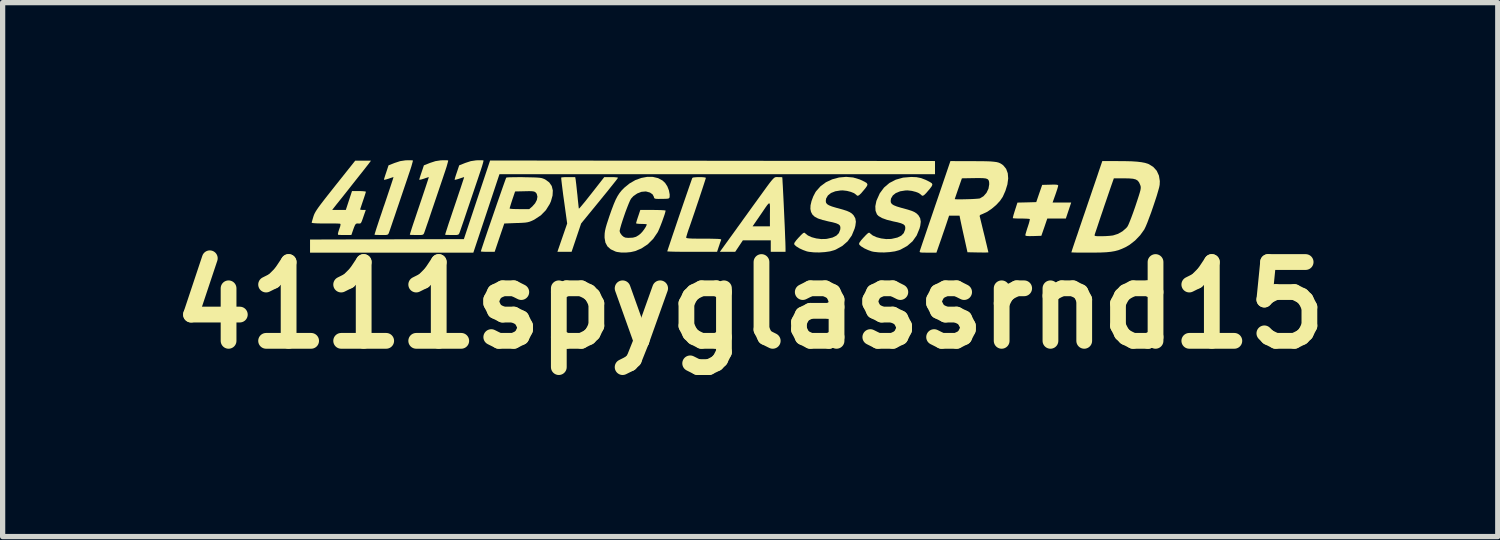
<source format=kicad_pcb>
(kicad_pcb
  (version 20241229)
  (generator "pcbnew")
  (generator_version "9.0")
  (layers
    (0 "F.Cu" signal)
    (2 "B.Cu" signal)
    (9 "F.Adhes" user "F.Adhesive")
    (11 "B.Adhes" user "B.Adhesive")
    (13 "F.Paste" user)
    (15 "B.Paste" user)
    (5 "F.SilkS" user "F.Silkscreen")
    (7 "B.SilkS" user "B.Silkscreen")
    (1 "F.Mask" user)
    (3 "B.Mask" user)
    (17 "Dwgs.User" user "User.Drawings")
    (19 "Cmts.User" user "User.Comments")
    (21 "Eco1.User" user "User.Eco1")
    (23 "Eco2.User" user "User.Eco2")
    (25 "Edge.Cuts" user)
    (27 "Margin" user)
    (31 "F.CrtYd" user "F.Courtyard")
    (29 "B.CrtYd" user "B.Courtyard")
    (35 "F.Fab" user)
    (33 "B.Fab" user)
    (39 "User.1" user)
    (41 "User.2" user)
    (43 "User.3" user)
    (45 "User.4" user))
  (footprint "4111spyglassrnd15"
    (layer "F.Cu")
    (at 11.229 2.759)
    (property "Reference" "4111spyglassrnd15" (at 0 0 0) (layer "F.SilkS") (effects (font (size 1.5 1.5) (thickness 0.3))))
    (attr board_only exclude_from_pos_files exclude_from_bom)
    (fp_poly (pts (xy -0.717 -2.749) (xy 3.517 -2.744) (xy 3.517 -2.619) (xy 3.517 -2.493) (xy -0.628 -2.493) (xy -4.773 -2.493) (xy -5.021 -1.747) (xy -5.27 -1) (xy -6.824 -1) (xy -8.378 -1) (xy -8.378 -1.125) (xy -8.378 -1.25) (xy -6.914 -1.254) (xy -5.45 -1.258) (xy -5.201 -2.006) (xy -4.951 -2.754)) (stroke (width 0) (type solid)) (fill yes) (layer "F.SilkS"))
    (fp_poly (pts (xy -3.322 -2.388) (xy -3.318 -2.354) (xy -3.311 -2.297) (xy -3.303 -2.222) (xy -3.294 -2.137) (xy -3.289 -2.095) (xy -3.281 -2.01) (xy -3.273 -1.937) (xy -3.267 -1.88) (xy -3.263 -1.846) (xy -3.261 -1.838) (xy -3.251 -1.846) (xy -3.224 -1.876) (xy -3.184 -1.924) (xy -3.132 -1.987) (xy -3.072 -2.063) (xy -3.018 -2.131) (xy -2.778 -2.438) (xy -2.647 -2.438) (xy -2.588 -2.437) (xy -2.542 -2.433) (xy -2.519 -2.428) (xy -2.517 -2.426) (xy -2.526 -2.411) (xy -2.553 -2.375) (xy -2.596 -2.321) (xy -2.652 -2.251) (xy -2.718 -2.168) (xy -2.794 -2.075) (xy -2.867 -1.985) (xy -3.218 -1.556) (xy -3.309 -1.286) (xy -3.4 -1.016) (xy -3.535 -1.016) (xy -3.67 -1.016) (xy -3.577 -1.286) (xy -3.484 -1.555) (xy -3.544 -1.989) (xy -3.56 -2.102) (xy -3.573 -2.205) (xy -3.584 -2.293) (xy -3.592 -2.362) (xy -3.597 -2.41) (xy -3.597 -2.43) (xy -3.597 -2.431) (xy -3.579 -2.434) (xy -3.538 -2.437) (xy -3.481 -2.438) (xy -3.46 -2.438) (xy -3.331 -2.438)) (stroke (width 0) (type solid)) (fill yes) (layer "F.SilkS"))
    (fp_poly (pts (xy 5.826 -2.294) (xy 5.851 -2.289) (xy 5.861 -2.281) (xy 5.862 -2.275) (xy 5.856 -2.251) (xy 5.843 -2.206) (xy 5.823 -2.146) (xy 5.808 -2.103) (xy 5.755 -1.954) (xy 5.932 -1.954) (xy 6.109 -1.954) (xy 6.058 -1.801) (xy 6.007 -1.649) (xy 5.831 -1.649) (xy 5.654 -1.649) (xy 5.598 -1.485) (xy 5.541 -1.321) (xy 5.389 -1.316) (xy 5.316 -1.315) (xy 5.269 -1.317) (xy 5.244 -1.322) (xy 5.236 -1.332) (xy 5.236 -1.333) (xy 5.241 -1.356) (xy 5.254 -1.401) (xy 5.272 -1.46) (xy 5.283 -1.492) (xy 5.303 -1.554) (xy 5.316 -1.603) (xy 5.322 -1.634) (xy 5.321 -1.64) (xy 5.302 -1.644) (xy 5.26 -1.647) (xy 5.2 -1.649) (xy 5.157 -1.649) (xy 5.091 -1.65) (xy 5.038 -1.652) (xy 5.005 -1.655) (xy 4.998 -1.658) (xy 5.001 -1.675) (xy 5.011 -1.716) (xy 5.028 -1.772) (xy 5.04 -1.81) (xy 5.086 -1.953) (xy 5.265 -1.957) (xy 5.444 -1.962) (xy 5.5 -2.126) (xy 5.557 -2.29) (xy 5.709 -2.294) (xy 5.781 -2.296)) (stroke (width 0) (type solid)) (fill yes) (layer "F.SilkS"))
    (fp_poly (pts (xy -6.443 -2.758) (xy -6.421 -2.756) (xy -6.421 -2.756) (xy -6.422 -2.74) (xy -6.433 -2.7) (xy -6.45 -2.639) (xy -6.474 -2.565) (xy -6.497 -2.497) (xy -6.526 -2.41) (xy -6.563 -2.301) (xy -6.605 -2.177) (xy -6.649 -2.047) (xy -6.693 -1.917) (xy -6.723 -1.829) (xy -6.76 -1.719) (xy -6.795 -1.617) (xy -6.825 -1.528) (xy -6.85 -1.455) (xy -6.868 -1.403) (xy -6.878 -1.376) (xy -6.878 -1.375) (xy -6.888 -1.355) (xy -6.902 -1.343) (xy -6.929 -1.337) (xy -6.974 -1.336) (xy -7.02 -1.336) (xy -7.079 -1.337) (xy -7.125 -1.338) (xy -7.149 -1.341) (xy -7.151 -1.341) (xy -7.147 -1.357) (xy -7.134 -1.399) (xy -7.114 -1.463) (xy -7.086 -1.548) (xy -7.053 -1.648) (xy -7.014 -1.762) (xy -6.973 -1.886) (xy -6.97 -1.892) (xy -6.928 -2.016) (xy -6.89 -2.13) (xy -6.856 -2.231) (xy -6.828 -2.316) (xy -6.807 -2.38) (xy -6.794 -2.422) (xy -6.789 -2.438) (xy -6.79 -2.438) (xy -6.806 -2.434) (xy -6.843 -2.422) (xy -6.883 -2.408) (xy -6.929 -2.394) (xy -6.961 -2.387) (xy -6.971 -2.389) (xy -6.967 -2.408) (xy -6.954 -2.45) (xy -6.936 -2.505) (xy -6.927 -2.531) (xy -6.884 -2.662) (xy -6.767 -2.708) (xy -6.663 -2.742) (xy -6.564 -2.757) (xy -6.541 -2.758) (xy -6.486 -2.759)) (stroke (width 0) (type solid)) (fill yes) (layer "F.SilkS"))
    (fp_poly (pts (xy -5.77 -2.758) (xy -5.749 -2.756) (xy -5.749 -2.756) (xy -5.75 -2.74) (xy -5.761 -2.7) (xy -5.778 -2.639) (xy -5.802 -2.565) (xy -5.825 -2.497) (xy -5.854 -2.41) (xy -5.891 -2.301) (xy -5.933 -2.177) (xy -5.977 -2.047) (xy -6.021 -1.917) (xy -6.051 -1.829) (xy -6.088 -1.719) (xy -6.122 -1.617) (xy -6.153 -1.528) (xy -6.178 -1.455) (xy -6.196 -1.403) (xy -6.206 -1.376) (xy -6.206 -1.375) (xy -6.216 -1.355) (xy -6.23 -1.343) (xy -6.257 -1.337) (xy -6.302 -1.336) (xy -6.348 -1.336) (xy -6.407 -1.337) (xy -6.453 -1.338) (xy -6.477 -1.341) (xy -6.479 -1.341) (xy -6.475 -1.357) (xy -6.462 -1.399) (xy -6.442 -1.463) (xy -6.414 -1.548) (xy -6.38 -1.648) (xy -6.342 -1.762) (xy -6.3 -1.886) (xy -6.298 -1.892) (xy -6.256 -2.016) (xy -6.218 -2.13) (xy -6.184 -2.231) (xy -6.156 -2.316) (xy -6.135 -2.38) (xy -6.122 -2.422) (xy -6.117 -2.438) (xy -6.117 -2.438) (xy -6.134 -2.434) (xy -6.171 -2.422) (xy -6.211 -2.408) (xy -6.257 -2.394) (xy -6.289 -2.387) (xy -6.299 -2.389) (xy -6.295 -2.408) (xy -6.282 -2.45) (xy -6.264 -2.505) (xy -6.255 -2.531) (xy -6.211 -2.662) (xy -6.095 -2.708) (xy -5.991 -2.742) (xy -5.892 -2.757) (xy -5.869 -2.758) (xy -5.813 -2.759)) (stroke (width 0) (type solid)) (fill yes) (layer "F.SilkS"))
    (fp_poly (pts (xy -5.098 -2.758) (xy -5.077 -2.756) (xy -5.077 -2.756) (xy -5.078 -2.74) (xy -5.088 -2.7) (xy -5.106 -2.639) (xy -5.13 -2.565) (xy -5.153 -2.497) (xy -5.182 -2.41) (xy -5.219 -2.301) (xy -5.261 -2.177) (xy -5.305 -2.047) (xy -5.349 -1.917) (xy -5.379 -1.829) (xy -5.416 -1.719) (xy -5.45 -1.617) (xy -5.481 -1.528) (xy -5.506 -1.455) (xy -5.524 -1.403) (xy -5.534 -1.376) (xy -5.534 -1.375) (xy -5.544 -1.355) (xy -5.558 -1.343) (xy -5.584 -1.337) (xy -5.63 -1.336) (xy -5.676 -1.336) (xy -5.735 -1.337) (xy -5.781 -1.338) (xy -5.805 -1.341) (xy -5.807 -1.341) (xy -5.803 -1.357) (xy -5.79 -1.399) (xy -5.769 -1.463) (xy -5.742 -1.548) (xy -5.708 -1.648) (xy -5.67 -1.762) (xy -5.628 -1.886) (xy -5.626 -1.892) (xy -5.584 -2.016) (xy -5.546 -2.13) (xy -5.512 -2.231) (xy -5.484 -2.316) (xy -5.463 -2.38) (xy -5.449 -2.422) (xy -5.445 -2.438) (xy -5.445 -2.438) (xy -5.461 -2.434) (xy -5.499 -2.422) (xy -5.539 -2.408) (xy -5.585 -2.394) (xy -5.617 -2.387) (xy -5.627 -2.389) (xy -5.622 -2.408) (xy -5.61 -2.45) (xy -5.592 -2.505) (xy -5.583 -2.531) (xy -5.539 -2.662) (xy -5.423 -2.708) (xy -5.319 -2.742) (xy -5.219 -2.757) (xy -5.197 -2.758) (xy -5.141 -2.759)) (stroke (width 0) (type solid)) (fill yes) (layer "F.SilkS"))
    (fp_poly (pts (xy 0.52 -2.439) (xy 0.533 -2.438) (xy 0.577 -2.438) (xy 0.605 -2.436) (xy 0.61 -2.434) (xy 0.613 -2.401) (xy 0.616 -2.34) (xy 0.621 -2.256) (xy 0.626 -2.155) (xy 0.632 -2.039) (xy 0.638 -1.913) (xy 0.644 -1.782) (xy 0.65 -1.65) (xy 0.656 -1.522) (xy 0.661 -1.401) (xy 0.665 -1.291) (xy 0.669 -1.198) (xy 0.671 -1.125) (xy 0.672 -1.077) (xy 0.672 -1.07) (xy 0.672 -1.016) (xy 0.531 -1.016) (xy 0.391 -1.016) (xy 0.391 -1.125) (xy 0.391 -1.235) (xy 0.125 -1.235) (xy -0.14 -1.235) (xy -0.213 -1.125) (xy -0.286 -1.016) (xy -0.432 -1.016) (xy -0.578 -1.016) (xy -0.372 -1.301) (xy -0.304 -1.395) (xy -0.228 -1.501) (xy 0.045 -1.501) (xy 0.21 -1.501) (xy 0.375 -1.501) (xy 0.375 -1.737) (xy 0.376 -1.82) (xy 0.376 -1.882) (xy 0.373 -1.922) (xy 0.365 -1.94) (xy 0.349 -1.934) (xy 0.324 -1.906) (xy 0.286 -1.853) (xy 0.234 -1.776) (xy 0.182 -1.7) (xy 0.045 -1.501) (xy -0.228 -1.501) (xy -0.223 -1.507) (xy -0.135 -1.63) (xy -0.044 -1.756) (xy 0.043 -1.877) (xy 0.099 -1.954) (xy 0.188 -2.077) (xy 0.261 -2.178) (xy 0.319 -2.258) (xy 0.365 -2.32) (xy 0.401 -2.366) (xy 0.429 -2.398) (xy 0.451 -2.42) (xy 0.468 -2.432) (xy 0.485 -2.438) (xy 0.501 -2.439)) (stroke (width 0) (type solid)) (fill yes) (layer "F.SilkS"))
    (fp_poly (pts (xy -0.938 -2.438) (xy -0.889 -2.435) (xy -0.855 -2.43) (xy -0.844 -2.423) (xy -0.849 -2.406) (xy -0.863 -2.362) (xy -0.884 -2.297) (xy -0.911 -2.214) (xy -0.943 -2.118) (xy -0.978 -2.012) (xy -1.016 -1.9) (xy -1.054 -1.786) (xy -1.092 -1.675) (xy -1.128 -1.569) (xy -1.161 -1.474) (xy -1.171 -1.447) (xy -1.192 -1.384) (xy -1.208 -1.331) (xy -1.218 -1.296) (xy -1.219 -1.287) (xy -1.214 -1.28) (xy -1.195 -1.275) (xy -1.159 -1.271) (xy -1.103 -1.268) (xy -1.024 -1.267) (xy -0.917 -1.266) (xy -0.882 -1.266) (xy -0.767 -1.266) (xy -0.68 -1.264) (xy -0.618 -1.262) (xy -0.578 -1.259) (xy -0.557 -1.254) (xy -0.552 -1.247) (xy -0.552 -1.247) (xy -0.561 -1.223) (xy -0.577 -1.179) (xy -0.595 -1.123) (xy -0.596 -1.122) (xy -0.631 -1.016) (xy -1.105 -1.016) (xy -1.223 -1.016) (xy -1.33 -1.017) (xy -1.423 -1.018) (xy -1.498 -1.02) (xy -1.55 -1.022) (xy -1.576 -1.024) (xy -1.579 -1.025) (xy -1.574 -1.041) (xy -1.56 -1.084) (xy -1.538 -1.149) (xy -1.51 -1.233) (xy -1.477 -1.332) (xy -1.439 -1.443) (xy -1.399 -1.562) (xy -1.357 -1.686) (xy -1.314 -1.811) (xy -1.272 -1.934) (xy -1.232 -2.05) (xy -1.195 -2.157) (xy -1.163 -2.25) (xy -1.136 -2.327) (xy -1.116 -2.384) (xy -1.104 -2.417) (xy -1.102 -2.423) (xy -1.083 -2.431) (xy -1.044 -2.435) (xy -0.992 -2.438)) (stroke (width 0) (type solid)) (fill yes) (layer "F.SilkS"))
    (fp_poly (pts (xy -7.262 -2.692) (xy -7.286 -2.661) (xy -7.329 -2.606) (xy -7.389 -2.53) (xy -7.466 -2.433) (xy -7.558 -2.317) (xy -7.664 -2.182) (xy -7.784 -2.031) (xy -7.874 -1.919) (xy -7.957 -1.813) (xy -7.827 -1.813) (xy -7.697 -1.813) (xy -7.638 -1.993) (xy -7.579 -2.173) (xy -7.447 -2.173) (xy -7.387 -2.171) (xy -7.342 -2.167) (xy -7.317 -2.162) (xy -7.315 -2.159) (xy -7.32 -2.14) (xy -7.333 -2.098) (xy -7.352 -2.04) (xy -7.37 -1.987) (xy -7.392 -1.922) (xy -7.41 -1.868) (xy -7.422 -1.832) (xy -7.425 -1.821) (xy -7.411 -1.816) (xy -7.377 -1.813) (xy -7.371 -1.813) (xy -7.317 -1.813) (xy -7.354 -1.708) (xy -7.378 -1.638) (xy -7.395 -1.593) (xy -7.408 -1.568) (xy -7.422 -1.556) (xy -7.438 -1.554) (xy -7.457 -1.555) (xy -7.485 -1.556) (xy -7.505 -1.548) (xy -7.521 -1.527) (xy -7.539 -1.486) (xy -7.559 -1.431) (xy -7.591 -1.337) (xy -7.71 -1.336) (xy -7.769 -1.336) (xy -7.816 -1.338) (xy -7.842 -1.34) (xy -7.844 -1.341) (xy -7.848 -1.357) (xy -7.839 -1.397) (xy -7.823 -1.445) (xy -7.803 -1.503) (xy -7.797 -1.537) (xy -7.804 -1.551) (xy -7.804 -1.551) (xy -7.826 -1.553) (xy -7.873 -1.555) (xy -7.94 -1.556) (xy -8.021 -1.556) (xy -8.085 -1.556) (xy -8.18 -1.556) (xy -8.257 -1.558) (xy -8.312 -1.562) (xy -8.342 -1.567) (xy -8.347 -1.57) (xy -8.342 -1.591) (xy -8.33 -1.633) (xy -8.314 -1.687) (xy -8.313 -1.69) (xy -8.303 -1.719) (xy -8.29 -1.748) (xy -8.272 -1.781) (xy -8.247 -1.82) (xy -8.214 -1.868) (xy -8.17 -1.927) (xy -8.114 -2) (xy -8.043 -2.091) (xy -7.955 -2.202) (xy -7.899 -2.273) (xy -7.518 -2.751) (xy -7.368 -2.751) (xy -7.218 -2.751)) (stroke (width 0) (type solid)) (fill yes) (layer "F.SilkS"))
    (fp_poly (pts (xy -4.332 -2.437) (xy -4.303 -2.436) (xy -4.194 -2.434) (xy -4.11 -2.432) (xy -4.048 -2.429) (xy -4.003 -2.425) (xy -3.968 -2.419) (xy -3.941 -2.41) (xy -3.914 -2.399) (xy -3.899 -2.391) (xy -3.826 -2.338) (xy -3.778 -2.269) (xy -3.757 -2.185) (xy -3.762 -2.088) (xy -3.793 -1.978) (xy -3.816 -1.926) (xy -3.889 -1.809) (xy -3.986 -1.71) (xy -4.106 -1.631) (xy -4.121 -1.623) (xy -4.164 -1.603) (xy -4.2 -1.589) (xy -4.238 -1.579) (xy -4.284 -1.572) (xy -4.345 -1.568) (xy -4.428 -1.564) (xy -4.454 -1.564) (xy -4.681 -1.555) (xy -4.773 -1.286) (xy -4.864 -1.016) (xy -4.996 -1.016) (xy -5.055 -1.017) (xy -5.101 -1.019) (xy -5.125 -1.022) (xy -5.127 -1.024) (xy -5.122 -1.042) (xy -5.108 -1.086) (xy -5.086 -1.152) (xy -5.058 -1.237) (xy -5.024 -1.337) (xy -4.986 -1.449) (xy -4.945 -1.568) (xy -4.902 -1.693) (xy -4.859 -1.818) (xy -4.851 -1.841) (xy -4.58 -1.841) (xy -4.565 -1.836) (xy -4.525 -1.832) (xy -4.466 -1.83) (xy -4.394 -1.829) (xy -4.393 -1.829) (xy -4.206 -1.829) (xy -4.148 -1.879) (xy -4.094 -1.94) (xy -4.061 -2.003) (xy -4.05 -2.065) (xy -4.063 -2.119) (xy -4.08 -2.142) (xy -4.097 -2.156) (xy -4.117 -2.164) (xy -4.148 -2.169) (xy -4.197 -2.171) (xy -4.268 -2.17) (xy -4.294 -2.169) (xy -4.475 -2.165) (xy -4.528 -2.009) (xy -4.549 -1.944) (xy -4.566 -1.889) (xy -4.577 -1.853) (xy -4.58 -1.841) (xy -4.851 -1.841) (xy -4.817 -1.94) (xy -4.776 -2.057) (xy -4.739 -2.163) (xy -4.706 -2.257) (xy -4.679 -2.333) (xy -4.659 -2.389) (xy -4.647 -2.421) (xy -4.644 -2.428) (xy -4.625 -2.432) (xy -4.579 -2.435) (xy -4.512 -2.436) (xy -4.428 -2.437)) (stroke (width 0) (type solid)) (fill yes) (layer "F.SilkS"))
    (fp_poly (pts (xy 3.163 -2.437) (xy 3.25 -2.42) (xy 3.336 -2.387) (xy 3.368 -2.372) (xy 3.425 -2.342) (xy 3.458 -2.319) (xy 3.467 -2.294) (xy 3.453 -2.262) (xy 3.418 -2.215) (xy 3.395 -2.188) (xy 3.346 -2.131) (xy 3.312 -2.098) (xy 3.287 -2.083) (xy 3.268 -2.086) (xy 3.252 -2.102) (xy 3.212 -2.132) (xy 3.15 -2.157) (xy 3.076 -2.176) (xy 2.998 -2.185) (xy 2.954 -2.184) (xy 2.854 -2.168) (xy 2.773 -2.136) (xy 2.714 -2.089) (xy 2.68 -2.031) (xy 2.673 -1.984) (xy 2.678 -1.952) (xy 2.697 -1.925) (xy 2.733 -1.902) (xy 2.79 -1.879) (xy 2.873 -1.854) (xy 2.901 -1.847) (xy 3.001 -1.819) (xy 3.075 -1.795) (xy 3.129 -1.771) (xy 3.168 -1.745) (xy 3.198 -1.715) (xy 3.203 -1.71) (xy 3.235 -1.654) (xy 3.246 -1.589) (xy 3.236 -1.51) (xy 3.222 -1.458) (xy 3.168 -1.327) (xy 3.09 -1.217) (xy 2.988 -1.128) (xy 2.863 -1.059) (xy 2.833 -1.047) (xy 2.754 -1.025) (xy 2.656 -1.011) (xy 2.549 -1.004) (xy 2.445 -1.006) (xy 2.353 -1.016) (xy 2.314 -1.024) (xy 2.242 -1.05) (xy 2.172 -1.082) (xy 2.114 -1.118) (xy 2.08 -1.148) (xy 2.071 -1.166) (xy 2.078 -1.19) (xy 2.104 -1.226) (xy 2.107 -1.231) (xy 2.15 -1.28) (xy 2.197 -1.33) (xy 2.208 -1.341) (xy 2.241 -1.371) (xy 2.261 -1.381) (xy 2.276 -1.374) (xy 2.282 -1.367) (xy 2.332 -1.327) (xy 2.405 -1.294) (xy 2.492 -1.271) (xy 2.586 -1.259) (xy 2.678 -1.261) (xy 2.702 -1.265) (xy 2.802 -1.288) (xy 2.875 -1.324) (xy 2.922 -1.372) (xy 2.947 -1.436) (xy 2.95 -1.451) (xy 2.951 -1.488) (xy 2.941 -1.517) (xy 2.915 -1.54) (xy 2.869 -1.56) (xy 2.8 -1.579) (xy 2.727 -1.594) (xy 2.602 -1.625) (xy 2.508 -1.659) (xy 2.443 -1.697) (xy 2.412 -1.729) (xy 2.385 -1.798) (xy 2.381 -1.884) (xy 2.401 -1.983) (xy 2.407 -1.999) (xy 2.466 -2.13) (xy 2.547 -2.239) (xy 2.649 -2.326) (xy 2.77 -2.389) (xy 2.909 -2.428) (xy 3.063 -2.441)) (stroke (width 0) (type solid)) (fill yes) (layer "F.SilkS"))
    (fp_poly (pts (xy 1.959 -2.431) (xy 2.086 -2.393) (xy 2.105 -2.384) (xy 2.173 -2.352) (xy 2.215 -2.327) (xy 2.231 -2.302) (xy 2.224 -2.272) (xy 2.195 -2.23) (xy 2.16 -2.188) (xy 2.112 -2.131) (xy 2.077 -2.098) (xy 2.052 -2.083) (xy 2.033 -2.086) (xy 2.017 -2.102) (xy 1.977 -2.132) (xy 1.915 -2.157) (xy 1.841 -2.176) (xy 1.764 -2.185) (xy 1.719 -2.184) (xy 1.619 -2.168) (xy 1.538 -2.136) (xy 1.479 -2.089) (xy 1.445 -2.031) (xy 1.438 -1.984) (xy 1.443 -1.952) (xy 1.462 -1.925) (xy 1.498 -1.902) (xy 1.555 -1.879) (xy 1.638 -1.854) (xy 1.666 -1.847) (xy 1.766 -1.819) (xy 1.84 -1.795) (xy 1.894 -1.771) (xy 1.934 -1.745) (xy 1.964 -1.715) (xy 1.968 -1.71) (xy 2 -1.654) (xy 2.011 -1.589) (xy 2.001 -1.51) (xy 1.987 -1.458) (xy 1.933 -1.327) (xy 1.855 -1.217) (xy 1.753 -1.128) (xy 1.629 -1.059) (xy 1.598 -1.047) (xy 1.52 -1.025) (xy 1.422 -1.011) (xy 1.315 -1.004) (xy 1.21 -1.006) (xy 1.118 -1.016) (xy 1.079 -1.024) (xy 1.007 -1.05) (xy 0.937 -1.082) (xy 0.879 -1.118) (xy 0.845 -1.148) (xy 0.836 -1.166) (xy 0.843 -1.19) (xy 0.869 -1.226) (xy 0.872 -1.231) (xy 0.915 -1.28) (xy 0.962 -1.33) (xy 0.973 -1.341) (xy 1.006 -1.371) (xy 1.027 -1.381) (xy 1.041 -1.374) (xy 1.048 -1.367) (xy 1.098 -1.327) (xy 1.17 -1.294) (xy 1.257 -1.271) (xy 1.351 -1.259) (xy 1.443 -1.261) (xy 1.467 -1.265) (xy 1.567 -1.288) (xy 1.64 -1.324) (xy 1.687 -1.372) (xy 1.712 -1.436) (xy 1.715 -1.451) (xy 1.716 -1.488) (xy 1.706 -1.517) (xy 1.68 -1.54) (xy 1.634 -1.56) (xy 1.565 -1.579) (xy 1.492 -1.594) (xy 1.377 -1.622) (xy 1.289 -1.651) (xy 1.226 -1.685) (xy 1.183 -1.726) (xy 1.157 -1.776) (xy 1.145 -1.833) (xy 1.148 -1.901) (xy 1.167 -1.983) (xy 1.199 -2.069) (xy 1.24 -2.148) (xy 1.253 -2.168) (xy 1.337 -2.263) (xy 1.441 -2.34) (xy 1.561 -2.396) (xy 1.691 -2.431) (xy 1.825 -2.443)) (stroke (width 0) (type solid)) (fill yes) (layer "F.SilkS"))
    (fp_poly (pts (xy 4.23 -2.742) (xy 4.369 -2.741) (xy 4.48 -2.74) (xy 4.568 -2.737) (xy 4.637 -2.731) (xy 4.69 -2.724) (xy 4.731 -2.713) (xy 4.764 -2.698) (xy 4.794 -2.679) (xy 4.817 -2.661) (xy 4.871 -2.595) (xy 4.902 -2.511) (xy 4.91 -2.412) (xy 4.895 -2.299) (xy 4.857 -2.176) (xy 4.806 -2.062) (xy 4.755 -1.987) (xy 4.683 -1.909) (xy 4.598 -1.837) (xy 4.51 -1.777) (xy 4.426 -1.738) (xy 4.419 -1.735) (xy 4.379 -1.719) (xy 4.366 -1.7) (xy 4.368 -1.691) (xy 4.374 -1.668) (xy 4.385 -1.622) (xy 4.401 -1.557) (xy 4.42 -1.478) (xy 4.441 -1.392) (xy 4.463 -1.304) (xy 4.483 -1.218) (xy 4.502 -1.14) (xy 4.517 -1.075) (xy 4.528 -1.029) (xy 4.533 -1.007) (xy 4.533 -1.006) (xy 4.518 -1.004) (xy 4.478 -1.003) (xy 4.419 -1.003) (xy 4.345 -1.004) (xy 4.334 -1.004) (xy 4.135 -1.008) (xy 4.078 -1.266) (xy 4.057 -1.36) (xy 4.037 -1.45) (xy 4.02 -1.529) (xy 4.007 -1.59) (xy 4.002 -1.614) (xy 3.984 -1.704) (xy 3.885 -1.704) (xy 3.785 -1.704) (xy 3.732 -1.544) (xy 3.704 -1.461) (xy 3.67 -1.363) (xy 3.636 -1.263) (xy 3.611 -1.192) (xy 3.544 -1) (xy 3.381 -1) (xy 3.308 -1.001) (xy 3.262 -1.002) (xy 3.236 -1.006) (xy 3.226 -1.014) (xy 3.226 -1.026) (xy 3.229 -1.036) (xy 3.236 -1.057) (xy 3.252 -1.104) (xy 3.276 -1.176) (xy 3.308 -1.269) (xy 3.346 -1.381) (xy 3.389 -1.508) (xy 3.437 -1.648) (xy 3.488 -1.798) (xy 3.525 -1.907) (xy 3.564 -2.02) (xy 3.893 -2.02) (xy 3.907 -2.017) (xy 3.945 -2.015) (xy 4.002 -2.015) (xy 4.071 -2.016) (xy 4.145 -2.018) (xy 4.218 -2.02) (xy 4.284 -2.024) (xy 4.336 -2.028) (xy 4.367 -2.032) (xy 4.372 -2.033) (xy 4.441 -2.075) (xy 4.497 -2.139) (xy 4.535 -2.218) (xy 4.549 -2.302) (xy 4.549 -2.302) (xy 4.547 -2.345) (xy 4.538 -2.377) (xy 4.52 -2.398) (xy 4.486 -2.412) (xy 4.433 -2.418) (xy 4.358 -2.42) (xy 4.259 -2.419) (xy 4.029 -2.415) (xy 3.961 -2.22) (xy 3.936 -2.147) (xy 3.915 -2.086) (xy 3.9 -2.042) (xy 3.893 -2.021) (xy 3.893 -2.02) (xy 3.564 -2.02) (xy 3.81 -2.743)) (stroke (width 0) (type solid)) (fill yes) (layer "F.SilkS"))
    (fp_poly (pts (xy -1.853 -2.442) (xy -1.754 -2.419) (xy -1.669 -2.373) (xy -1.619 -2.326) (xy -1.577 -2.261) (xy -1.547 -2.184) (xy -1.533 -2.107) (xy -1.534 -2.064) (xy -1.538 -2.045) (xy -1.548 -2.034) (xy -1.569 -2.028) (xy -1.609 -2.025) (xy -1.673 -2.024) (xy -1.683 -2.024) (xy -1.75 -2.023) (xy -1.793 -2.025) (xy -1.816 -2.03) (xy -1.828 -2.041) (xy -1.833 -2.059) (xy -1.834 -2.064) (xy -1.859 -2.11) (xy -1.908 -2.144) (xy -1.976 -2.163) (xy -1.993 -2.165) (xy -2.07 -2.158) (xy -2.15 -2.127) (xy -2.222 -2.078) (xy -2.267 -2.029) (xy -2.286 -1.995) (xy -2.311 -1.938) (xy -2.34 -1.865) (xy -2.372 -1.781) (xy -2.403 -1.692) (xy -2.432 -1.606) (xy -2.457 -1.527) (xy -2.475 -1.463) (xy -2.485 -1.419) (xy -2.485 -1.409) (xy -2.475 -1.375) (xy -2.448 -1.337) (xy -2.44 -1.327) (xy -2.407 -1.3) (xy -2.374 -1.286) (xy -2.327 -1.282) (xy -2.308 -1.282) (xy -2.232 -1.286) (xy -2.174 -1.302) (xy -2.121 -1.334) (xy -2.088 -1.361) (xy -2.053 -1.398) (xy -2.018 -1.444) (xy -1.988 -1.491) (xy -1.971 -1.528) (xy -1.969 -1.539) (xy -1.984 -1.543) (xy -2.021 -1.546) (xy -2.071 -1.547) (xy -2.123 -1.549) (xy -2.159 -1.553) (xy -2.173 -1.559) (xy -2.168 -1.578) (xy -2.156 -1.62) (xy -2.138 -1.675) (xy -2.132 -1.692) (xy -2.092 -1.813) (xy -1.851 -1.813) (xy -1.768 -1.812) (xy -1.698 -1.81) (xy -1.645 -1.807) (xy -1.615 -1.803) (xy -1.61 -1.801) (xy -1.616 -1.774) (xy -1.63 -1.725) (xy -1.652 -1.662) (xy -1.677 -1.591) (xy -1.704 -1.521) (xy -1.73 -1.457) (xy -1.752 -1.407) (xy -1.761 -1.389) (xy -1.846 -1.264) (xy -1.951 -1.159) (xy -2.073 -1.079) (xy -2.19 -1.03) (xy -2.273 -1.011) (xy -2.367 -1.002) (xy -2.459 -1.003) (xy -2.538 -1.014) (xy -2.565 -1.022) (xy -2.655 -1.064) (xy -2.718 -1.12) (xy -2.756 -1.191) (xy -2.772 -1.282) (xy -2.772 -1.321) (xy -2.77 -1.369) (xy -2.763 -1.418) (xy -2.75 -1.475) (xy -2.73 -1.545) (xy -2.7 -1.636) (xy -2.683 -1.688) (xy -2.637 -1.819) (xy -2.597 -1.924) (xy -2.561 -2.008) (xy -2.525 -2.077) (xy -2.488 -2.134) (xy -2.447 -2.185) (xy -2.4 -2.233) (xy -2.398 -2.235) (xy -2.296 -2.318) (xy -2.187 -2.381) (xy -2.073 -2.422) (xy -1.961 -2.443)) (stroke (width 0) (type solid)) (fill yes) (layer "F.SilkS"))
    (fp_poly (pts (xy 7.129 -2.742) (xy 7.257 -2.739) (xy 7.362 -2.732) (xy 7.446 -2.722) (xy 7.514 -2.709) (xy 7.569 -2.692) (xy 7.581 -2.687) (xy 7.67 -2.633) (xy 7.737 -2.559) (xy 7.779 -2.467) (xy 7.796 -2.362) (xy 7.793 -2.29) (xy 7.783 -2.241) (xy 7.763 -2.17) (xy 7.737 -2.081) (xy 7.704 -1.98) (xy 7.668 -1.873) (xy 7.631 -1.765) (xy 7.593 -1.664) (xy 7.559 -1.573) (xy 7.528 -1.499) (xy 7.504 -1.449) (xy 7.5 -1.441) (xy 7.422 -1.332) (xy 7.325 -1.231) (xy 7.217 -1.147) (xy 7.142 -1.104) (xy 7.074 -1.073) (xy 7.009 -1.048) (xy 6.941 -1.03) (xy 6.866 -1.017) (xy 6.777 -1.008) (xy 6.67 -1.003) (xy 6.539 -1.001) (xy 6.459 -1.001) (xy 6.359 -1.001) (xy 6.27 -1.001) (xy 6.197 -1.002) (xy 6.143 -1.004) (xy 6.115 -1.005) (xy 6.112 -1.006) (xy 6.117 -1.021) (xy 6.13 -1.063) (xy 6.152 -1.129) (xy 6.181 -1.215) (xy 6.216 -1.318) (xy 6.221 -1.331) (xy 6.554 -1.331) (xy 6.559 -1.321) (xy 6.577 -1.316) (xy 6.615 -1.313) (xy 6.679 -1.313) (xy 6.687 -1.313) (xy 6.762 -1.315) (xy 6.838 -1.32) (xy 6.899 -1.327) (xy 6.909 -1.329) (xy 7 -1.358) (xy 7.086 -1.407) (xy 7.157 -1.469) (xy 7.18 -1.497) (xy 7.197 -1.529) (xy 7.221 -1.586) (xy 7.251 -1.662) (xy 7.284 -1.751) (xy 7.319 -1.85) (xy 7.333 -1.891) (xy 7.369 -2) (xy 7.396 -2.083) (xy 7.415 -2.145) (xy 7.427 -2.19) (xy 7.432 -2.222) (xy 7.433 -2.247) (xy 7.43 -2.267) (xy 7.423 -2.288) (xy 7.423 -2.288) (xy 7.402 -2.336) (xy 7.376 -2.37) (xy 7.339 -2.393) (xy 7.286 -2.407) (xy 7.212 -2.413) (xy 7.117 -2.415) (xy 6.921 -2.415) (xy 6.877 -2.29) (xy 6.861 -2.244) (xy 6.838 -2.177) (xy 6.809 -2.092) (xy 6.776 -1.995) (xy 6.74 -1.891) (xy 6.704 -1.783) (xy 6.668 -1.678) (xy 6.635 -1.579) (xy 6.606 -1.491) (xy 6.582 -1.42) (xy 6.565 -1.37) (xy 6.558 -1.348) (xy 6.554 -1.331) (xy 6.221 -1.331) (xy 6.256 -1.436) (xy 6.3 -1.565) (xy 6.329 -1.651) (xy 6.379 -1.796) (xy 6.428 -1.941) (xy 6.476 -2.081) (xy 6.52 -2.211) (xy 6.56 -2.327) (xy 6.593 -2.424) (xy 6.618 -2.498) (xy 6.624 -2.517) (xy 6.701 -2.743) (xy 6.973 -2.743)) (stroke (width 0) (type solid)) (fill yes) (layer "F.SilkS")))
  (gr_rect
    (start -3 -3)
    (end 25.457 7.163)
    (stroke (width 0.1) (type default))
    (fill no)
    (layer "Edge.Cuts")))
</source>
